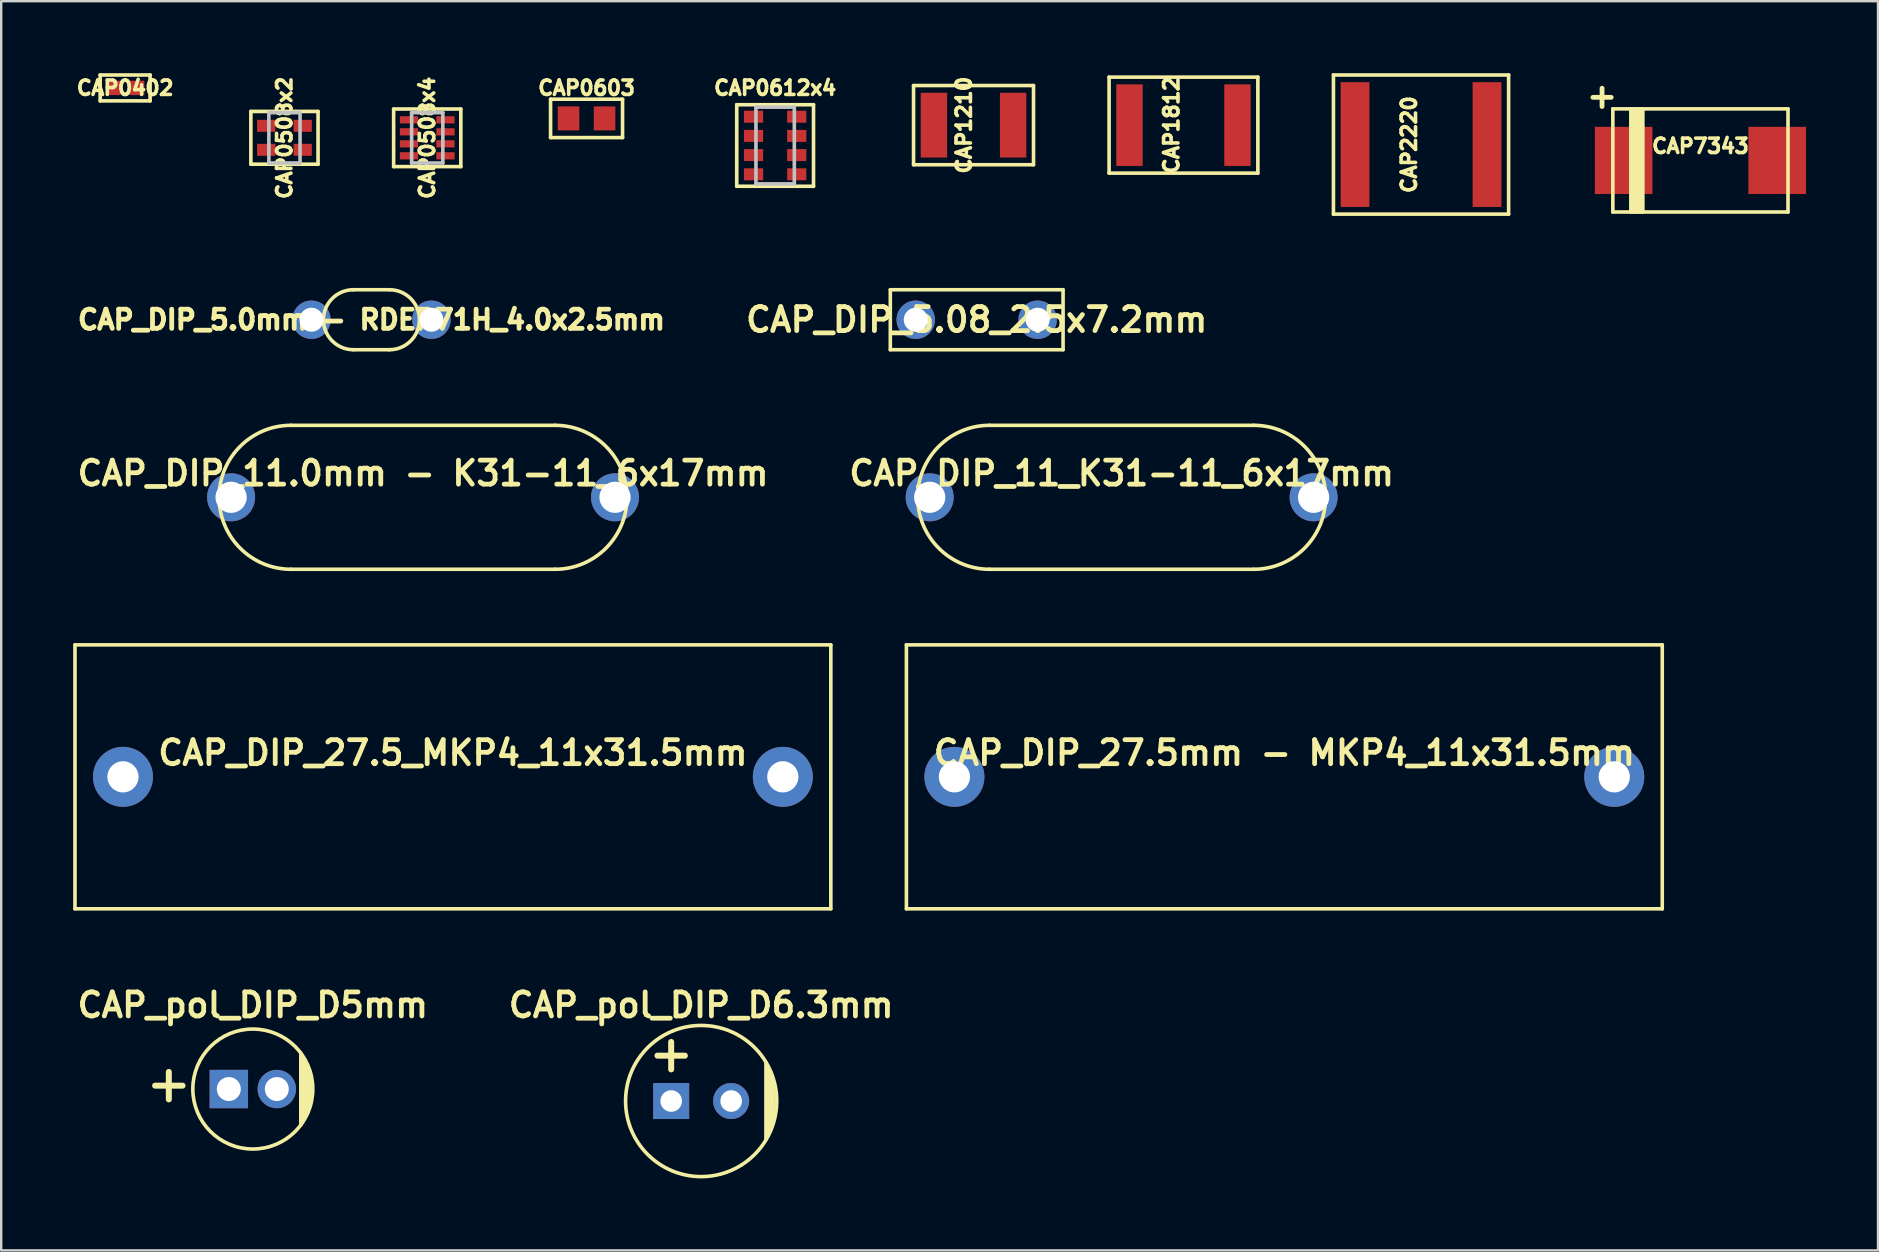
<source format=kicad_pcb>
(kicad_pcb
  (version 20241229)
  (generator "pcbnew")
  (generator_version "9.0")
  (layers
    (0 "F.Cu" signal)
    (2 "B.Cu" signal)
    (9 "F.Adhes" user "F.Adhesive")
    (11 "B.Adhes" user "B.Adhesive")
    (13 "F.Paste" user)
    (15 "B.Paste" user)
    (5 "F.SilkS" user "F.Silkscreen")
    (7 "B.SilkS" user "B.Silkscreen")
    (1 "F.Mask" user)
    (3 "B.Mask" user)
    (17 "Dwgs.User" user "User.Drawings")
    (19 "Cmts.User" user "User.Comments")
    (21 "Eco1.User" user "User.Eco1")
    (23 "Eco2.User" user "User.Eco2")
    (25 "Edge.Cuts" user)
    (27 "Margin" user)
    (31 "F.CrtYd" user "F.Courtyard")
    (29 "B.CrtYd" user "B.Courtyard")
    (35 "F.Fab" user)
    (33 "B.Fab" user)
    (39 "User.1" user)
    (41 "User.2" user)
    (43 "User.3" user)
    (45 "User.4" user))
  (footprint "CAP_DIP_11.0mm - К31-11_6x17mm"
    (layer "F.Cu")
    (at 14.581 17.675)
    (property "Reference" "CAP_DIP_11.0mm - К31-11_6x17mm" (at 0 -1 0) (layer "F.SilkS") (effects (font (size 1 1) (thickness 0.2))))
    (attr through_hole)
    (fp_line (start -5.5 3) (end 5.5 3) (stroke (width 0.15) (type solid)) (layer "F.SilkS"))
    (fp_line (start 5.5 -3) (end -5.5 -3) (stroke (width 0.15) (type solid)) (layer "F.SilkS"))
    (fp_arc (start -5.5 3) (mid -8.5 0) (end -5.5 -3) (stroke (width 0.15) (type solid)) (layer "F.SilkS"))
    (fp_arc (start 5.5 -3) (mid 8.5 0) (end 5.5 3) (stroke (width 0.15) (type solid)) (layer "F.SilkS"))
    (pad "1" thru_hole circle (at -8 0) (size 2 2) (drill 1.3) (layers "*.Cu" "*.Mask"))
    (pad "2" thru_hole circle (at 8 0) (size 2 2) (drill 1.3) (layers "*.Cu" "*.Mask")))
  (footprint "CAP_DIP_11_К31-11_6x17mm"
    (layer "F.Cu")
    (at 43.695 17.675)
    (property "Reference" "CAP_DIP_11_К31-11_6x17mm" (at 0 -1 0) (layer "F.SilkS") (effects (font (size 1 1) (thickness 0.2))))
    (attr through_hole)
    (fp_line (start -5.5 3) (end 5.5 3) (stroke (width 0.15) (type solid)) (layer "F.SilkS"))
    (fp_line (start 5.5 -3) (end -5.5 -3) (stroke (width 0.15) (type solid)) (layer "F.SilkS"))
    (fp_arc (start -5.5 3) (mid -8.5 0) (end -5.5 -3) (stroke (width 0.15) (type solid)) (layer "F.SilkS"))
    (fp_arc (start 5.5 -3) (mid 8.5 0) (end 5.5 3) (stroke (width 0.15) (type solid)) (layer "F.SilkS"))
    (pad "1" thru_hole circle (at -8 0) (size 2 2) (drill 1.3) (layers "*.Cu" "*.Mask"))
    (pad "2" thru_hole circle (at 8 0) (size 2 2) (drill 1.3) (layers "*.Cu" "*.Mask")))
  (footprint "CAP0603"
    (layer "F.Cu")
    (at 21.395 1.884)
    (property "Reference" "CAP0603" (at 0 -1.27 0) (layer "F.SilkS") (effects (font (size 0.6 0.6) (thickness 0.15))))
    (attr smd)
    (fp_line (start -1.5 -0.8) (end 1.5 -0.8) (stroke (width 0.15) (type solid)) (layer "F.SilkS"))
    (fp_line (start -1.5 0.8) (end -1.5 -0.8) (stroke (width 0.15) (type solid)) (layer "F.SilkS"))
    (fp_line (start 1.5 -0.8) (end 1.5 0.8) (stroke (width 0.15) (type solid)) (layer "F.SilkS"))
    (fp_line (start 1.5 0.8) (end -1.5 0.8) (stroke (width 0.15) (type solid)) (layer "F.SilkS"))
    (pad "1" smd rect (at -0.75 0) (size 0.9 1) (layers "F.Cu" "F.Mask" "F.Paste"))
    (pad "2" smd rect (at 0.75 0) (size 0.9 1) (layers "F.Cu" "F.Mask" "F.Paste")))
  (footprint "CAP0508x4"
    (layer "F.Cu")
    (at 14.755 2.694)
    (property "Reference" "CAP0508x4" (at 0 0 270) (layer "F.SilkS") (effects (font (size 0.6 0.6) (thickness 0.15))))
    (attr smd)
    (fp_line (start -1.4 -1.2) (end -1.4 1.2) (stroke (width 0.15) (type solid)) (layer "F.SilkS"))
    (fp_line (start -1.4 1.2) (end 1.4 1.2) (stroke (width 0.15) (type solid)) (layer "F.SilkS"))
    (fp_line (start 1.4 -1.2) (end -1.4 -1.2) (stroke (width 0.15) (type solid)) (layer "F.SilkS"))
    (fp_line (start 1.4 1.2) (end 1.4 -1.2) (stroke (width 0.15) (type solid)) (layer "F.SilkS"))
    (fp_line (start -0.65 -1.05) (end -0.65 1.05) (stroke (width 0.15) (type solid)) (layer "Dwgs.User"))
    (fp_line (start -0.65 1.05) (end 0.65 1.05) (stroke (width 0.15) (type solid)) (layer "Dwgs.User"))
    (fp_line (start 0.65 -1.05) (end -0.65 -1.05) (stroke (width 0.15) (type solid)) (layer "Dwgs.User"))
    (fp_line (start 0.65 1.05) (end 0.65 -1.05) (stroke (width 0.15) (type solid)) (layer "Dwgs.User"))
    (pad "1" smd rect (at -0.76 -0.75) (size 0.76 0.3) (layers "F.Cu" "F.Mask" "F.Paste"))
    (pad "2" smd rect (at 0.76 -0.75) (size 0.76 0.3) (layers "F.Cu" "F.Mask" "F.Paste"))
    (pad "3" smd rect (at -0.76 -0.25) (size 0.76 0.3) (layers "F.Cu" "F.Mask" "F.Paste"))
    (pad "4" smd rect (at 0.76 -0.25) (size 0.76 0.3) (layers "F.Cu" "F.Mask" "F.Paste"))
    (pad "5" smd rect (at -0.76 0.25) (size 0.76 0.3) (layers "F.Cu" "F.Mask" "F.Paste"))
    (pad "6" smd rect (at 0.76 0.25) (size 0.76 0.3) (layers "F.Cu" "F.Mask" "F.Paste"))
    (pad "7" smd rect (at -0.76 0.75) (size 0.76 0.3) (layers "F.Cu" "F.Mask" "F.Paste"))
    (pad "8" smd rect (at 0.76 0.75) (size 0.76 0.3) (layers "F.Cu" "F.Mask" "F.Paste")))
  (footprint "CAP0402"
    (layer "F.Cu")
    (at 2.165 0.615)
    (property "Reference" "CAP0402" (at 0 0 0) (layer "F.SilkS") (effects (font (size 0.6 0.6) (thickness 0.15))))
    (attr smd)
    (fp_line (start -1.04 -0.54) (end 1.04 -0.54) (stroke (width 0.15) (type solid)) (layer "F.SilkS"))
    (fp_line (start -1.04 0.54) (end -1.04 -0.54) (stroke (width 0.15) (type solid)) (layer "F.SilkS"))
    (fp_line (start 1.04 -0.54) (end 1.04 0.54) (stroke (width 0.15) (type solid)) (layer "F.SilkS"))
    (fp_line (start 1.04 0.54) (end -1.04 0.54) (stroke (width 0.15) (type solid)) (layer "F.SilkS"))
    (pad "1" smd rect (at -0.5 0) (size 0.6 0.6) (layers "F.Cu" "F.Mask" "F.Paste"))
    (pad "2" smd rect (at 0.5 0) (size 0.6 0.6) (layers "F.Cu" "F.Mask" "F.Paste")))
  (footprint "CAP_pol_DIP_D6.3mm"
    (layer "F.Cu")
    (at 26.171 42.836)
    (property "Reference" "CAP_pol_DIP_D6.3mm" (at 0 -4 0) (layer "F.SilkS") (effects (font (size 1 1) (thickness 0.2))))
    (attr through_hole)
    (fp_line (start 2.7 -1.6) (end 2.7 1.6) (stroke (width 0.15) (type solid)) (layer "F.SilkS"))
    (fp_line (start 2.8 -1.4) (end 2.8 1.4) (stroke (width 0.15) (type solid)) (layer "F.SilkS"))
    (fp_line (start 2.9 1.2) (end 2.9 -1.2) (stroke (width 0.15) (type solid)) (layer "F.SilkS"))
    (fp_line (start 3 -0.9) (end 3 0.9) (stroke (width 0.15) (type solid)) (layer "F.SilkS"))
    (fp_circle (center 0 0) (end 3.15 0) (stroke (width 0.15) (type solid)) (fill no) (layer "F.SilkS"))
    (fp_text user "+" (at -1.25 -2 0) (layer "F.SilkS") (effects (font (size 1.5 1.5) (thickness 0.25))))
    (pad "1" thru_hole rect (at -1.25 0) (size 1.5 1.5) (drill 0.9) (layers "*.Cu" "*.Mask"))
    (pad "2" thru_hole circle (at 1.25 0) (size 1.5 1.5) (drill 0.9) (layers "*.Cu" "*.Mask")))
  (footprint "CAP_DIP_5.08_2.5x7.2mm"
    (layer "F.Cu")
    (at 37.654 10.275)
    (property "Reference" "CAP_DIP_5.08_2.5x7.2mm" (at 0 0 0) (layer "F.SilkS") (effects (font (size 1 1) (thickness 0.2))))
    (attr smd)
    (fp_line (start -3.6 -1.25) (end -3.6 1.25) (stroke (width 0.15) (type solid)) (layer "F.SilkS"))
    (fp_line (start -3.6 -1.25) (end 3.6 -1.25) (stroke (width 0.15) (type solid)) (layer "F.SilkS"))
    (fp_line (start 3.6 -1.25) (end 3.6 1.25) (stroke (width 0.15) (type solid)) (layer "F.SilkS"))
    (fp_line (start 3.6 1.25) (end -3.6 1.25) (stroke (width 0.15) (type solid)) (layer "F.SilkS"))
    (pad "1" thru_hole circle (at -2.54 0) (size 1.6 1.6) (drill 1) (layers "*.Cu" "*.Mask"))
    (pad "2" thru_hole circle (at 2.54 0) (size 1.6 1.6) (drill 1) (layers "*.Cu" "*.Mask")))
  (footprint "CAP_DIP_27.5mm - MKP4_11x31.5mm"
    (layer "F.Cu")
    (at 50.475 29.325)
    (property "Reference" "CAP_DIP_27.5mm - MKP4_11x31.5mm" (at 0 -1 0) (layer "F.SilkS") (effects (font (size 1 1) (thickness 0.2))))
    (attr through_hole)
    (fp_line (start -15.75 -5.5) (end -15.75 5.5) (stroke (width 0.15) (type solid)) (layer "F.SilkS"))
    (fp_line (start -15.75 -5.5) (end 15.75 -5.5) (stroke (width 0.15) (type solid)) (layer "F.SilkS"))
    (fp_line (start 15.75 -5.5) (end 15.75 5.5) (stroke (width 0.15) (type solid)) (layer "F.SilkS"))
    (fp_line (start 15.75 5.5) (end -15.75 5.5) (stroke (width 0.15) (type solid)) (layer "F.SilkS"))
    (pad "1" thru_hole circle (at -13.75 0) (size 2.5 2.5) (drill 1.3) (layers "*.Cu" "*.Mask"))
    (pad "2" thru_hole circle (at 13.75 0) (size 2.5 2.5) (drill 1.3) (layers "*.Cu" "*.Mask")))
  (footprint "CAP7343"
    (layer "F.Cu")
    (at 67.816 3.636)
    (property "Reference" "CAP7343" (at 0 -0.6 180) (layer "F.SilkS") (effects (font (size 0.6 0.6) (thickness 0.15))))
    (attr smd)
    (fp_line (start -3.65 -2.15) (end -3.65 2.15) (stroke (width 0.15) (type solid)) (layer "F.SilkS"))
    (fp_line (start -3.65 -2.15) (end 3.65 -2.15) (stroke (width 0.15) (type solid)) (layer "F.SilkS"))
    (fp_line (start -2.9 -2.15) (end -2.9 2.15) (stroke (width 0.15) (type solid)) (layer "F.SilkS"))
    (fp_line (start -2.8 -2.15) (end -2.8 2.15) (stroke (width 0.15) (type solid)) (layer "F.SilkS"))
    (fp_line (start -2.7 2.15) (end -2.7 -2.15) (stroke (width 0.15) (type solid)) (layer "F.SilkS"))
    (fp_line (start -2.6 -2.15) (end -2.6 2.15) (stroke (width 0.15) (type solid)) (layer "F.SilkS"))
    (fp_line (start -2.5 -2.15) (end -2.5 2.15) (stroke (width 0.15) (type solid)) (layer "F.SilkS"))
    (fp_line (start -2.4 2.15) (end -2.4 -2.15) (stroke (width 0.15) (type solid)) (layer "F.SilkS"))
    (fp_line (start 3.65 -2.15) (end 3.65 2.15) (stroke (width 0.15) (type solid)) (layer "F.SilkS"))
    (fp_line (start 3.65 2.15) (end -3.65 2.15) (stroke (width 0.15) (type solid)) (layer "F.SilkS"))
    (fp_text user "+" (at -4.1 -2.7 0) (layer "F.SilkS") (effects (font (size 1 1) (thickness 0.2))))
    (pad "1" smd rect (at -3.2 0) (size 2.4 2.8) (layers "F.Cu" "F.Mask" "F.Paste"))
    (pad "2" smd rect (at 3.2 0) (size 2.4 2.8) (layers "F.Cu" "F.Mask" "F.Paste")))
  (footprint "CAP2220"
    (layer "F.Cu")
    (at 56.172 2.975)
    (property "Reference" "CAP2220" (at -0.5 0 90) (layer "F.SilkS") (effects (font (size 0.6 0.6) (thickness 0.15))))
    (attr smd)
    (fp_line (start -3.65 -2.9) (end -3.65 2.9) (stroke (width 0.15) (type solid)) (layer "F.SilkS"))
    (fp_line (start -3.65 2.9) (end 3.65 2.9) (stroke (width 0.15) (type solid)) (layer "F.SilkS"))
    (fp_line (start 3.65 -2.9) (end -3.65 -2.9) (stroke (width 0.15) (type solid)) (layer "F.SilkS"))
    (fp_line (start 3.65 2.9) (end 3.65 -2.9) (stroke (width 0.15) (type solid)) (layer "F.SilkS"))
    (pad "1" smd rect (at -2.75 0) (size 1.2 5.2) (layers "F.Cu" "F.Mask" "F.Paste"))
    (pad "2" smd rect (at 2.75 0) (size 1.2 5.2) (layers "F.Cu" "F.Mask" "F.Paste")))
  (footprint "CAP1210"
    (layer "F.Cu")
    (at 37.522 2.165)
    (property "Reference" "CAP1210" (at -0.4 0 90) (layer "F.SilkS") (effects (font (size 0.6 0.6) (thickness 0.15))))
    (attr smd)
    (fp_line (start -2.5 -1.65) (end -2.5 1.65) (stroke (width 0.15) (type solid)) (layer "F.SilkS"))
    (fp_line (start -2.5 -1.65) (end 2.5 -1.65) (stroke (width 0.15) (type solid)) (layer "F.SilkS"))
    (fp_line (start 2.5 -1.65) (end 2.5 1.65) (stroke (width 0.15) (type solid)) (layer "F.SilkS"))
    (fp_line (start 2.5 1.65) (end -2.5 1.65) (stroke (width 0.15) (type solid)) (layer "F.SilkS"))
    (pad "1" smd rect (at -1.65 0) (size 1.1 2.7) (layers "F.Cu" "F.Mask" "F.Paste"))
    (pad "2" smd rect (at 1.65 0) (size 1.1 2.7) (layers "F.Cu" "F.Mask" "F.Paste")))
  (footprint "CAP_DIP_5.0mm - RDER71H_4.0x2.5mm"
    (layer "F.Cu")
    (at 12.43 10.275)
    (property "Reference" "CAP_DIP_5.0mm - RDER71H_4.0x2.5mm" (at 0 0 0) (layer "F.SilkS") (effects (font (size 0.8 0.8) (thickness 0.2))))
    (attr through_hole)
    (fp_line (start -0.75 -1.25) (end 0.75 -1.25) (stroke (width 0.15) (type solid)) (layer "F.SilkS"))
    (fp_line (start 0.75 1.25) (end -0.75 1.25) (stroke (width 0.15) (type solid)) (layer "F.SilkS"))
    (fp_arc (start -0.75 1.25) (mid -2 0) (end -0.75 -1.25) (stroke (width 0.15) (type solid)) (layer "F.SilkS"))
    (fp_arc (start 0.75 -1.25) (mid 2 0) (end 0.75 1.25) (stroke (width 0.15) (type solid)) (layer "F.SilkS"))
    (pad "1" thru_hole circle (at -2.5 0) (size 1.6 1.6) (drill 1) (layers "*.Cu" "*.Mask"))
    (pad "2" thru_hole circle (at 2.5 0) (size 1.6 1.6) (drill 1) (layers "*.Cu" "*.Mask")))
  (footprint "CAP1812"
    (layer "F.Cu")
    (at 46.272 2.165)
    (property "Reference" "CAP1812" (at -0.5 0 90) (layer "F.SilkS") (effects (font (size 0.6 0.6) (thickness 0.15))))
    (attr smd)
    (fp_line (start -3.1 -2) (end -3.1 2) (stroke (width 0.15) (type solid)) (layer "F.SilkS"))
    (fp_line (start -3.1 2) (end 3.1 2) (stroke (width 0.15) (type solid)) (layer "F.SilkS"))
    (fp_line (start 3.1 -2) (end -3.1 -2) (stroke (width 0.15) (type solid)) (layer "F.SilkS"))
    (fp_line (start 3.1 2) (end 3.1 -2) (stroke (width 0.15) (type solid)) (layer "F.SilkS"))
    (pad "1" smd rect (at -2.25 0) (size 1.1 3.4) (layers "F.Cu" "F.Mask" "F.Paste"))
    (pad "2" smd rect (at 2.25 0) (size 1.1 3.4) (layers "F.Cu" "F.Mask" "F.Paste")))
  (footprint "CAP_DIP_27.5_MKP4_11x31.5mm"
    (layer "F.Cu")
    (at 15.825 29.325)
    (property "Reference" "CAP_DIP_27.5_MKP4_11x31.5mm" (at 0 -1 0) (layer "F.SilkS") (effects (font (size 1 1) (thickness 0.2))))
    (attr through_hole)
    (fp_line (start -15.75 -5.5) (end -15.75 5.5) (stroke (width 0.15) (type solid)) (layer "F.SilkS"))
    (fp_line (start -15.75 -5.5) (end 15.75 -5.5) (stroke (width 0.15) (type solid)) (layer "F.SilkS"))
    (fp_line (start 15.75 -5.5) (end 15.75 5.5) (stroke (width 0.15) (type solid)) (layer "F.SilkS"))
    (fp_line (start 15.75 5.5) (end -15.75 5.5) (stroke (width 0.15) (type solid)) (layer "F.SilkS"))
    (pad "1" thru_hole circle (at -13.75 0) (size 2.5 2.5) (drill 1.3) (layers "*.Cu" "*.Mask"))
    (pad "2" thru_hole circle (at 13.75 0) (size 2.5 2.5) (drill 1.3) (layers "*.Cu" "*.Mask")))
  (footprint "CAP0508x2"
    (layer "F.Cu")
    (at 8.805 2.694)
    (property "Reference" "CAP0508x2" (at 0 0 90) (layer "F.SilkS") (effects (font (size 0.6 0.6) (thickness 0.15))))
    (attr smd)
    (fp_line (start -1.4 -1.1) (end 1.4 -1.1) (stroke (width 0.15) (type solid)) (layer "F.SilkS"))
    (fp_line (start -1.4 1.1) (end -1.4 -1.1) (stroke (width 0.15) (type solid)) (layer "F.SilkS"))
    (fp_line (start 1.4 -1.1) (end 1.4 1.1) (stroke (width 0.15) (type solid)) (layer "F.SilkS"))
    (fp_line (start 1.4 1.1) (end -1.4 1.1) (stroke (width 0.15) (type solid)) (layer "F.SilkS"))
    (fp_line (start -0.65 -1.05) (end -0.65 1.05) (stroke (width 0.15) (type solid)) (layer "Dwgs.User"))
    (fp_line (start -0.65 1.05) (end 0.65 1.05) (stroke (width 0.15) (type solid)) (layer "Dwgs.User"))
    (fp_line (start 0.65 -1.05) (end -0.65 -1.05) (stroke (width 0.15) (type solid)) (layer "Dwgs.User"))
    (fp_line (start 0.65 1.05) (end 0.65 -1.05) (stroke (width 0.15) (type solid)) (layer "Dwgs.User"))
    (pad "1" smd rect (at -0.76 -0.5) (size 0.76 0.5) (layers "F.Cu" "F.Mask" "F.Paste"))
    (pad "2" smd rect (at 0.76 -0.5) (size 0.76 0.5) (layers "F.Cu" "F.Mask" "F.Paste"))
    (pad "3" smd rect (at -0.76 0.5) (size 0.76 0.5) (layers "F.Cu" "F.Mask" "F.Paste"))
    (pad "4" smd rect (at 0.76 0.5) (size 0.76 0.5) (layers "F.Cu" "F.Mask" "F.Paste")))
  (footprint "CAP_pol_DIP_D5mm"
    (layer "F.Cu")
    (at 7.486 42.336)
    (property "Reference" "CAP_pol_DIP_D5mm" (at 0 -3.5 0) (layer "F.SilkS") (effects (font (size 1 1) (thickness 0.2))))
    (attr through_hole)
    (fp_line (start 2 1.5) (end 2 -1.5) (stroke (width 0.15) (type solid)) (layer "F.SilkS"))
    (fp_line (start 2.1 -1.3) (end 2.1 1.3) (stroke (width 0.15) (type solid)) (layer "F.SilkS"))
    (fp_line (start 2.2 1.1) (end 2.2 -1.1) (stroke (width 0.15) (type solid)) (layer "F.SilkS"))
    (fp_line (start 2.3 -0.9) (end 2.3 0.9) (stroke (width 0.15) (type solid)) (layer "F.SilkS"))
    (fp_line (start 2.4 0.6) (end 2.4 -0.6) (stroke (width 0.15) (type solid)) (layer "F.SilkS"))
    (fp_circle (center 0 0) (end 2.5 0) (stroke (width 0.15) (type solid)) (fill no) (layer "F.SilkS"))
    (fp_text user "+" (at -3.5 -0.25 0) (layer "F.SilkS") (effects (font (size 1.5 1.5) (thickness 0.25))))
    (pad "1" thru_hole rect (at -1 0) (size 1.6 1.6) (drill 1) (layers "*.Cu" "*.Mask"))
    (pad "2" thru_hole circle (at 1 0) (size 1.6 1.6) (drill 1) (layers "*.Cu" "*.Mask")))
  (footprint "CAP0612x4"
    (layer "F.Cu")
    (at 29.254 3.014)
    (property "Reference" "CAP0612x4" (at 0 -2.4 0) (layer "F.SilkS") (effects (font (size 0.6 0.6) (thickness 0.15))))
    (attr smd)
    (fp_line (start -1.6 -1.7) (end -1.6 1.7) (stroke (width 0.15) (type solid)) (layer "F.SilkS"))
    (fp_line (start -1.6 1.7) (end 1.6 1.7) (stroke (width 0.15) (type solid)) (layer "F.SilkS"))
    (fp_line (start 1.6 -1.7) (end -1.6 -1.7) (stroke (width 0.15) (type solid)) (layer "F.SilkS"))
    (fp_line (start 1.6 1.7) (end 1.6 -1.7) (stroke (width 0.15) (type solid)) (layer "F.SilkS"))
    (fp_line (start -0.8 -1.6) (end -0.8 1.6) (stroke (width 0.15) (type solid)) (layer "Dwgs.User"))
    (fp_line (start -0.8 1.6) (end 0.8 1.6) (stroke (width 0.15) (type solid)) (layer "Dwgs.User"))
    (fp_line (start 0.8 -1.6) (end -0.8 -1.6) (stroke (width 0.15) (type solid)) (layer "Dwgs.User"))
    (fp_line (start 0.8 1.6) (end 0.8 -1.6) (stroke (width 0.15) (type solid)) (layer "Dwgs.User"))
    (pad "1" smd rect (at -0.9 -1.2) (size 0.8 0.5) (layers "F.Cu" "F.Mask" "F.Paste"))
    (pad "2" smd rect (at 0.9 -1.2) (size 0.8 0.5) (layers "F.Cu" "F.Mask" "F.Paste"))
    (pad "3" smd rect (at -0.9 -0.4) (size 0.8 0.5) (layers "F.Cu" "F.Mask" "F.Paste"))
    (pad "4" smd rect (at 0.9 -0.4) (size 0.8 0.5) (layers "F.Cu" "F.Mask" "F.Paste"))
    (pad "5" smd rect (at -0.9 0.4) (size 0.8 0.5) (layers "F.Cu" "F.Mask" "F.Paste"))
    (pad "6" smd rect (at 0.9 0.4) (size 0.8 0.5) (layers "F.Cu" "F.Mask" "F.Paste"))
    (pad "7" smd rect (at -0.9 1.2) (size 0.8 0.5) (layers "F.Cu" "F.Mask" "F.Paste"))
    (pad "8" smd rect (at 0.9 1.2) (size 0.8 0.5) (layers "F.Cu" "F.Mask" "F.Paste")))
  (gr_rect
    (start -3 -3)
    (end 75.216 49.061)
    (stroke (width 0.1) (type default))
    (fill no)
    (layer "Edge.Cuts")))
</source>
